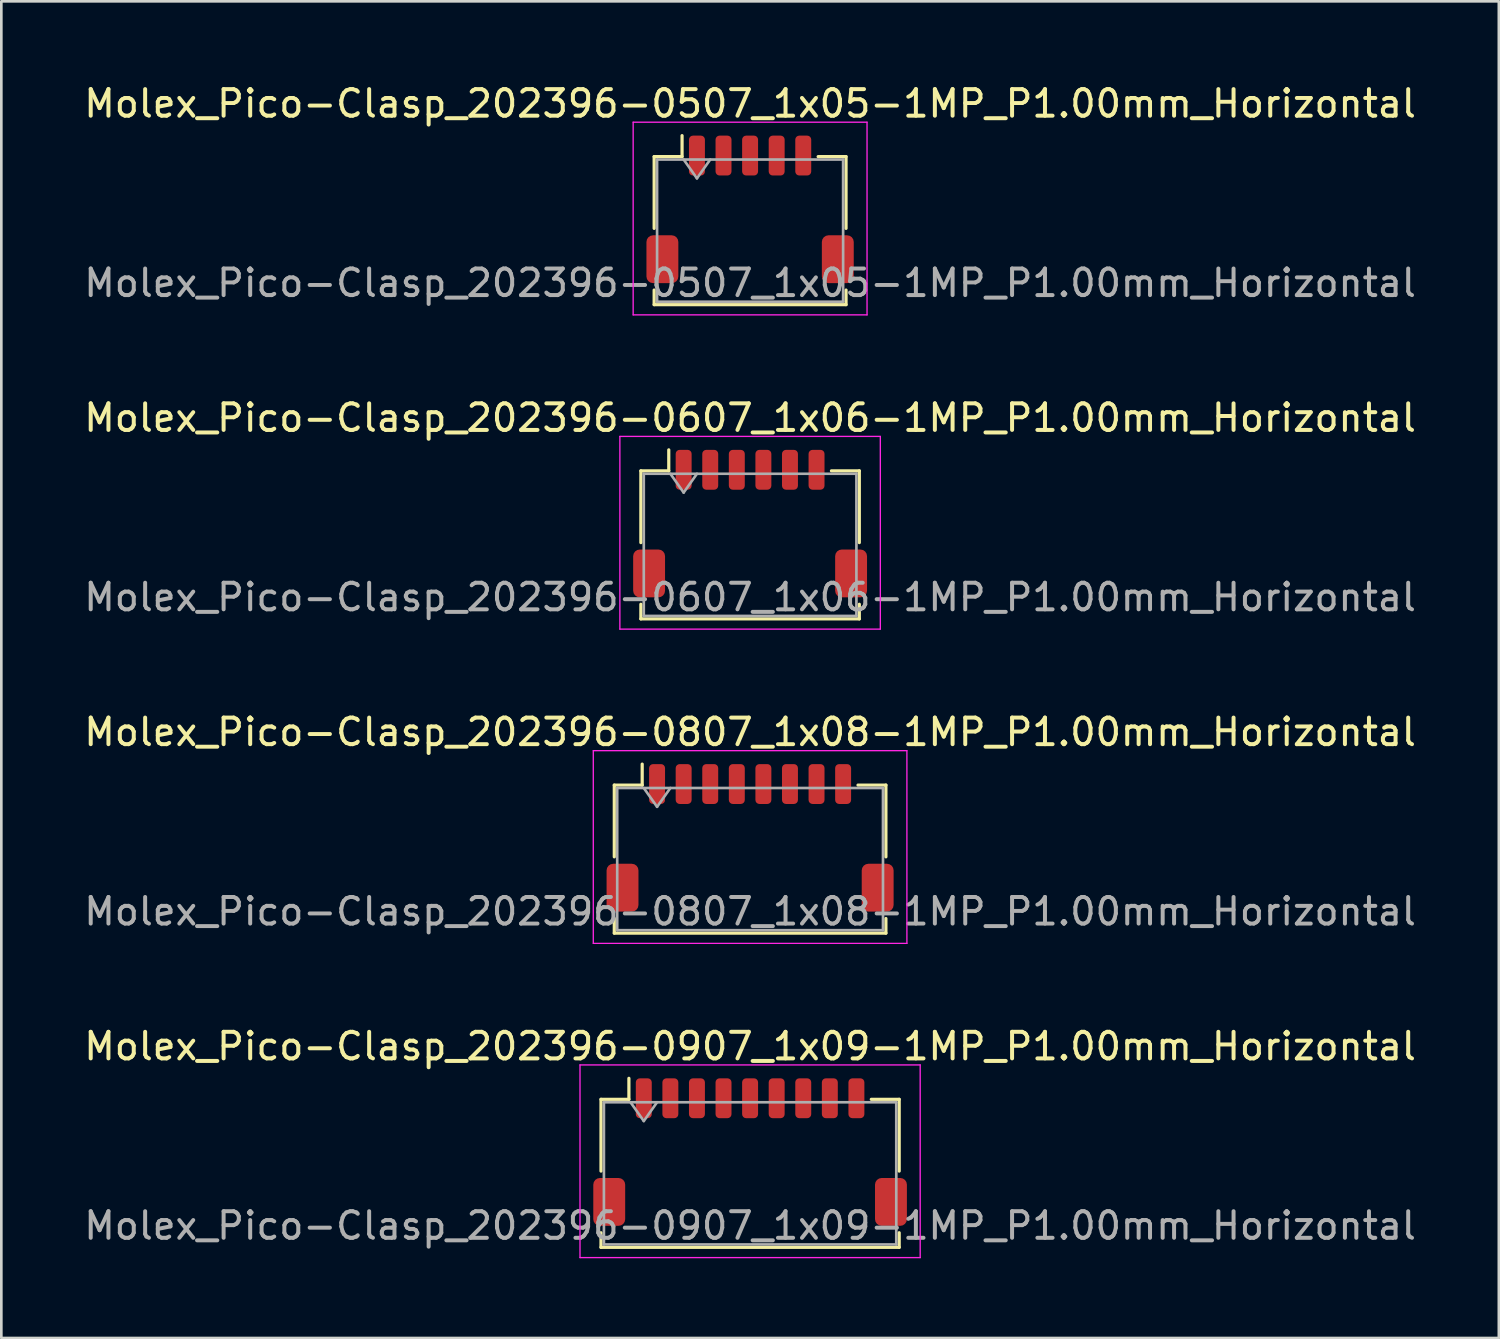
<source format=kicad_pcb>
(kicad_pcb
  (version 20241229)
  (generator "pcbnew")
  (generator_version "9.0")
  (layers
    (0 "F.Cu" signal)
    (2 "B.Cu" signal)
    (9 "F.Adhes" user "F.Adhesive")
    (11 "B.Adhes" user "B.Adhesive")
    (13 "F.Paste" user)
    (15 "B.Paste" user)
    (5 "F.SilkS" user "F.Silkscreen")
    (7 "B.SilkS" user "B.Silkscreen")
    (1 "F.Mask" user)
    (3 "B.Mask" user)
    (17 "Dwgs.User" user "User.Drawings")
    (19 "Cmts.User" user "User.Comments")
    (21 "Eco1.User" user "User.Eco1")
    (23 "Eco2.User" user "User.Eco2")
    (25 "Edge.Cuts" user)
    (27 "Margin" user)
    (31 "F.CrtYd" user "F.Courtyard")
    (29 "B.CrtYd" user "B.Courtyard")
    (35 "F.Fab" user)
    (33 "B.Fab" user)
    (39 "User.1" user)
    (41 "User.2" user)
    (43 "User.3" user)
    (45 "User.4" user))
  (footprint "Molex_Pico-Clasp_202396-0807_1x08-1MP_P1.00mm_Horizontal"
    (layer "F.Cu")
    (at 25.173 28.475)
    (property "Reference" "Molex_Pico-Clasp_202396-0807_1x08-1MP_P1.00mm_Horizontal" (at 0 -3.98 0) (layer "F.SilkS") (effects (font (size 1 1) (thickness 0.15))))
    (attr smd)
    (fp_line (start -5.11 -1.985) (end -4.06 -1.985) (stroke (width 0.12) (type solid)) (layer "F.SilkS"))
    (fp_line (start -5.11 0.715) (end -5.11 -1.985) (stroke (width 0.12) (type solid)) (layer "F.SilkS"))
    (fp_line (start -5.11 3.035) (end -5.11 3.585) (stroke (width 0.12) (type solid)) (layer "F.SilkS"))
    (fp_line (start -5.11 3.585) (end 5.11 3.585) (stroke (width 0.12) (type solid)) (layer "F.SilkS"))
    (fp_line (start -4.06 -1.985) (end -4.06 -2.775) (stroke (width 0.12) (type solid)) (layer "F.SilkS"))
    (fp_line (start 5.11 -1.985) (end 4.06 -1.985) (stroke (width 0.12) (type solid)) (layer "F.SilkS"))
    (fp_line (start 5.11 0.715) (end 5.11 -1.985) (stroke (width 0.12) (type solid)) (layer "F.SilkS"))
    (fp_line (start 5.11 3.585) (end 5.11 3.035) (stroke (width 0.12) (type solid)) (layer "F.SilkS"))
    (fp_line (start -5.9 -3.28) (end -5.9 3.97) (stroke (width 0.05) (type solid)) (layer "F.CrtYd"))
    (fp_line (start -5.9 3.97) (end 5.9 3.97) (stroke (width 0.05) (type solid)) (layer "F.CrtYd"))
    (fp_line (start 5.9 -3.28) (end -5.9 -3.28) (stroke (width 0.05) (type solid)) (layer "F.CrtYd"))
    (fp_line (start 5.9 3.97) (end 5.9 -3.28) (stroke (width 0.05) (type solid)) (layer "F.CrtYd"))
    (fp_line (start -5 -1.875) (end -5 3.475) (stroke (width 0.1) (type solid)) (layer "F.Fab"))
    (fp_line (start -5 -1.875) (end 5 -1.875) (stroke (width 0.1) (type solid)) (layer "F.Fab"))
    (fp_line (start -5 3.475) (end 5 3.475) (stroke (width 0.1) (type solid)) (layer "F.Fab"))
    (fp_line (start -4 -1.875) (end -3.5 -1.168) (stroke (width 0.1) (type solid)) (layer "F.Fab"))
    (fp_line (start -3.5 -1.168) (end -3 -1.875) (stroke (width 0.1) (type solid)) (layer "F.Fab"))
    (fp_line (start 5 -1.875) (end 5 3.475) (stroke (width 0.1) (type solid)) (layer "F.Fab"))
    (fp_text user "${REFERENCE}" (at 0 2.77 0) (layer "F.Fab") (effects (font (size 1 1) (thickness 0.15))))
    (pad "1" smd roundrect (at -3.5 -2.025) (size 0.6 1.5) (layers "F.Cu" "F.Mask" "F.Paste") (roundrect_rratio 0.25))
    (pad "2" smd roundrect (at -2.5 -2.025) (size 0.6 1.5) (layers "F.Cu" "F.Mask" "F.Paste") (roundrect_rratio 0.25))
    (pad "3" smd roundrect (at -1.5 -2.025) (size 0.6 1.5) (layers "F.Cu" "F.Mask" "F.Paste") (roundrect_rratio 0.25))
    (pad "4" smd roundrect (at -0.5 -2.025) (size 0.6 1.5) (layers "F.Cu" "F.Mask" "F.Paste") (roundrect_rratio 0.25))
    (pad "5" smd roundrect (at 0.5 -2.025) (size 0.6 1.5) (layers "F.Cu" "F.Mask" "F.Paste") (roundrect_rratio 0.25))
    (pad "6" smd roundrect (at 1.5 -2.025) (size 0.6 1.5) (layers "F.Cu" "F.Mask" "F.Paste") (roundrect_rratio 0.25))
    (pad "7" smd roundrect (at 2.5 -2.025) (size 0.6 1.5) (layers "F.Cu" "F.Mask" "F.Paste") (roundrect_rratio 0.25))
    (pad "8" smd roundrect (at 3.5 -2.025) (size 0.6 1.5) (layers "F.Cu" "F.Mask" "F.Paste") (roundrect_rratio 0.25))
    (pad "MP" smd roundrect (at -4.8 1.875) (size 1.2 1.8) (layers "F.Cu" "F.Mask" "F.Paste") (roundrect_rratio 0.208))
    (pad "MP" smd roundrect (at 4.8 1.875) (size 1.2 1.8) (layers "F.Cu" "F.Mask" "F.Paste") (roundrect_rratio 0.208)))
  (footprint "Molex_Pico-Clasp_202396-0907_1x09-1MP_P1.00mm_Horizontal"
    (layer "F.Cu")
    (at 25.173 40.298)
    (property "Reference" "Molex_Pico-Clasp_202396-0907_1x09-1MP_P1.00mm_Horizontal" (at 0 -3.98 0) (layer "F.SilkS") (effects (font (size 1 1) (thickness 0.15))))
    (attr smd)
    (fp_line (start -5.61 -1.985) (end -4.56 -1.985) (stroke (width 0.12) (type solid)) (layer "F.SilkS"))
    (fp_line (start -5.61 0.715) (end -5.61 -1.985) (stroke (width 0.12) (type solid)) (layer "F.SilkS"))
    (fp_line (start -5.61 3.035) (end -5.61 3.585) (stroke (width 0.12) (type solid)) (layer "F.SilkS"))
    (fp_line (start -5.61 3.585) (end 5.61 3.585) (stroke (width 0.12) (type solid)) (layer "F.SilkS"))
    (fp_line (start -4.56 -1.985) (end -4.56 -2.775) (stroke (width 0.12) (type solid)) (layer "F.SilkS"))
    (fp_line (start 5.61 -1.985) (end 4.56 -1.985) (stroke (width 0.12) (type solid)) (layer "F.SilkS"))
    (fp_line (start 5.61 0.715) (end 5.61 -1.985) (stroke (width 0.12) (type solid)) (layer "F.SilkS"))
    (fp_line (start 5.61 3.585) (end 5.61 3.035) (stroke (width 0.12) (type solid)) (layer "F.SilkS"))
    (fp_line (start -6.4 -3.28) (end -6.4 3.97) (stroke (width 0.05) (type solid)) (layer "F.CrtYd"))
    (fp_line (start -6.4 3.97) (end 6.4 3.97) (stroke (width 0.05) (type solid)) (layer "F.CrtYd"))
    (fp_line (start 6.4 -3.28) (end -6.4 -3.28) (stroke (width 0.05) (type solid)) (layer "F.CrtYd"))
    (fp_line (start 6.4 3.97) (end 6.4 -3.28) (stroke (width 0.05) (type solid)) (layer "F.CrtYd"))
    (fp_line (start -5.5 -1.875) (end -5.5 3.475) (stroke (width 0.1) (type solid)) (layer "F.Fab"))
    (fp_line (start -5.5 -1.875) (end 5.5 -1.875) (stroke (width 0.1) (type solid)) (layer "F.Fab"))
    (fp_line (start -5.5 3.475) (end 5.5 3.475) (stroke (width 0.1) (type solid)) (layer "F.Fab"))
    (fp_line (start -4.5 -1.875) (end -4 -1.168) (stroke (width 0.1) (type solid)) (layer "F.Fab"))
    (fp_line (start -4 -1.168) (end -3.5 -1.875) (stroke (width 0.1) (type solid)) (layer "F.Fab"))
    (fp_line (start 5.5 -1.875) (end 5.5 3.475) (stroke (width 0.1) (type solid)) (layer "F.Fab"))
    (fp_text user "${REFERENCE}" (at 0 2.77 0) (layer "F.Fab") (effects (font (size 1 1) (thickness 0.15))))
    (pad "1" smd roundrect (at -4 -2.025) (size 0.6 1.5) (layers "F.Cu" "F.Mask" "F.Paste") (roundrect_rratio 0.25))
    (pad "2" smd roundrect (at -3 -2.025) (size 0.6 1.5) (layers "F.Cu" "F.Mask" "F.Paste") (roundrect_rratio 0.25))
    (pad "3" smd roundrect (at -2 -2.025) (size 0.6 1.5) (layers "F.Cu" "F.Mask" "F.Paste") (roundrect_rratio 0.25))
    (pad "4" smd roundrect (at -1 -2.025) (size 0.6 1.5) (layers "F.Cu" "F.Mask" "F.Paste") (roundrect_rratio 0.25))
    (pad "5" smd roundrect (at 0 -2.025) (size 0.6 1.5) (layers "F.Cu" "F.Mask" "F.Paste") (roundrect_rratio 0.25))
    (pad "6" smd roundrect (at 1 -2.025) (size 0.6 1.5) (layers "F.Cu" "F.Mask" "F.Paste") (roundrect_rratio 0.25))
    (pad "7" smd roundrect (at 2 -2.025) (size 0.6 1.5) (layers "F.Cu" "F.Mask" "F.Paste") (roundrect_rratio 0.25))
    (pad "8" smd roundrect (at 3 -2.025) (size 0.6 1.5) (layers "F.Cu" "F.Mask" "F.Paste") (roundrect_rratio 0.25))
    (pad "9" smd roundrect (at 4 -2.025) (size 0.6 1.5) (layers "F.Cu" "F.Mask" "F.Paste") (roundrect_rratio 0.25))
    (pad "MP" smd roundrect (at -5.3 1.875) (size 1.2 1.8) (layers "F.Cu" "F.Mask" "F.Paste") (roundrect_rratio 0.208))
    (pad "MP" smd roundrect (at 5.3 1.875) (size 1.2 1.8) (layers "F.Cu" "F.Mask" "F.Paste") (roundrect_rratio 0.208)))
  (footprint "Molex_Pico-Clasp_202396-0607_1x06-1MP_P1.00mm_Horizontal"
    (layer "F.Cu")
    (at 25.173 16.651)
    (property "Reference" "Molex_Pico-Clasp_202396-0607_1x06-1MP_P1.00mm_Horizontal" (at 0 -3.98 0) (layer "F.SilkS") (effects (font (size 1 1) (thickness 0.15))))
    (attr smd)
    (fp_line (start -4.11 -1.985) (end -3.06 -1.985) (stroke (width 0.12) (type solid)) (layer "F.SilkS"))
    (fp_line (start -4.11 0.715) (end -4.11 -1.985) (stroke (width 0.12) (type solid)) (layer "F.SilkS"))
    (fp_line (start -4.11 3.035) (end -4.11 3.585) (stroke (width 0.12) (type solid)) (layer "F.SilkS"))
    (fp_line (start -4.11 3.585) (end 4.11 3.585) (stroke (width 0.12) (type solid)) (layer "F.SilkS"))
    (fp_line (start -3.06 -1.985) (end -3.06 -2.775) (stroke (width 0.12) (type solid)) (layer "F.SilkS"))
    (fp_line (start 4.11 -1.985) (end 3.06 -1.985) (stroke (width 0.12) (type solid)) (layer "F.SilkS"))
    (fp_line (start 4.11 0.715) (end 4.11 -1.985) (stroke (width 0.12) (type solid)) (layer "F.SilkS"))
    (fp_line (start 4.11 3.585) (end 4.11 3.035) (stroke (width 0.12) (type solid)) (layer "F.SilkS"))
    (fp_line (start -4.9 -3.28) (end -4.9 3.97) (stroke (width 0.05) (type solid)) (layer "F.CrtYd"))
    (fp_line (start -4.9 3.97) (end 4.9 3.97) (stroke (width 0.05) (type solid)) (layer "F.CrtYd"))
    (fp_line (start 4.9 -3.28) (end -4.9 -3.28) (stroke (width 0.05) (type solid)) (layer "F.CrtYd"))
    (fp_line (start 4.9 3.97) (end 4.9 -3.28) (stroke (width 0.05) (type solid)) (layer "F.CrtYd"))
    (fp_line (start -4 -1.875) (end -4 3.475) (stroke (width 0.1) (type solid)) (layer "F.Fab"))
    (fp_line (start -4 -1.875) (end 4 -1.875) (stroke (width 0.1) (type solid)) (layer "F.Fab"))
    (fp_line (start -4 3.475) (end 4 3.475) (stroke (width 0.1) (type solid)) (layer "F.Fab"))
    (fp_line (start -3 -1.875) (end -2.5 -1.168) (stroke (width 0.1) (type solid)) (layer "F.Fab"))
    (fp_line (start -2.5 -1.168) (end -2 -1.875) (stroke (width 0.1) (type solid)) (layer "F.Fab"))
    (fp_line (start 4 -1.875) (end 4 3.475) (stroke (width 0.1) (type solid)) (layer "F.Fab"))
    (fp_text user "${REFERENCE}" (at 0 2.77 0) (layer "F.Fab") (effects (font (size 1 1) (thickness 0.15))))
    (pad "1" smd roundrect (at -2.5 -2.025) (size 0.6 1.5) (layers "F.Cu" "F.Mask" "F.Paste") (roundrect_rratio 0.25))
    (pad "2" smd roundrect (at -1.5 -2.025) (size 0.6 1.5) (layers "F.Cu" "F.Mask" "F.Paste") (roundrect_rratio 0.25))
    (pad "3" smd roundrect (at -0.5 -2.025) (size 0.6 1.5) (layers "F.Cu" "F.Mask" "F.Paste") (roundrect_rratio 0.25))
    (pad "4" smd roundrect (at 0.5 -2.025) (size 0.6 1.5) (layers "F.Cu" "F.Mask" "F.Paste") (roundrect_rratio 0.25))
    (pad "5" smd roundrect (at 1.5 -2.025) (size 0.6 1.5) (layers "F.Cu" "F.Mask" "F.Paste") (roundrect_rratio 0.25))
    (pad "6" smd roundrect (at 2.5 -2.025) (size 0.6 1.5) (layers "F.Cu" "F.Mask" "F.Paste") (roundrect_rratio 0.25))
    (pad "MP" smd roundrect (at -3.8 1.875) (size 1.2 1.8) (layers "F.Cu" "F.Mask" "F.Paste") (roundrect_rratio 0.208))
    (pad "MP" smd roundrect (at 3.8 1.875) (size 1.2 1.8) (layers "F.Cu" "F.Mask" "F.Paste") (roundrect_rratio 0.208)))
  (footprint "Molex_Pico-Clasp_202396-0507_1x05-1MP_P1.00mm_Horizontal"
    (layer "F.Cu")
    (at 25.173 4.828)
    (property "Reference" "Molex_Pico-Clasp_202396-0507_1x05-1MP_P1.00mm_Horizontal" (at 0 -3.98 0) (layer "F.SilkS") (effects (font (size 1 1) (thickness 0.15))))
    (attr smd)
    (fp_line (start -3.61 -1.985) (end -2.56 -1.985) (stroke (width 0.12) (type solid)) (layer "F.SilkS"))
    (fp_line (start -3.61 0.715) (end -3.61 -1.985) (stroke (width 0.12) (type solid)) (layer "F.SilkS"))
    (fp_line (start -3.61 3.035) (end -3.61 3.585) (stroke (width 0.12) (type solid)) (layer "F.SilkS"))
    (fp_line (start -3.61 3.585) (end 3.61 3.585) (stroke (width 0.12) (type solid)) (layer "F.SilkS"))
    (fp_line (start -2.56 -1.985) (end -2.56 -2.775) (stroke (width 0.12) (type solid)) (layer "F.SilkS"))
    (fp_line (start 3.61 -1.985) (end 2.56 -1.985) (stroke (width 0.12) (type solid)) (layer "F.SilkS"))
    (fp_line (start 3.61 0.715) (end 3.61 -1.985) (stroke (width 0.12) (type solid)) (layer "F.SilkS"))
    (fp_line (start 3.61 3.585) (end 3.61 3.035) (stroke (width 0.12) (type solid)) (layer "F.SilkS"))
    (fp_line (start -4.4 -3.28) (end -4.4 3.97) (stroke (width 0.05) (type solid)) (layer "F.CrtYd"))
    (fp_line (start -4.4 3.97) (end 4.4 3.97) (stroke (width 0.05) (type solid)) (layer "F.CrtYd"))
    (fp_line (start 4.4 -3.28) (end -4.4 -3.28) (stroke (width 0.05) (type solid)) (layer "F.CrtYd"))
    (fp_line (start 4.4 3.97) (end 4.4 -3.28) (stroke (width 0.05) (type solid)) (layer "F.CrtYd"))
    (fp_line (start -3.5 -1.875) (end -3.5 3.475) (stroke (width 0.1) (type solid)) (layer "F.Fab"))
    (fp_line (start -3.5 -1.875) (end 3.5 -1.875) (stroke (width 0.1) (type solid)) (layer "F.Fab"))
    (fp_line (start -3.5 3.475) (end 3.5 3.475) (stroke (width 0.1) (type solid)) (layer "F.Fab"))
    (fp_line (start -2.5 -1.875) (end -2 -1.168) (stroke (width 0.1) (type solid)) (layer "F.Fab"))
    (fp_line (start -2 -1.168) (end -1.5 -1.875) (stroke (width 0.1) (type solid)) (layer "F.Fab"))
    (fp_line (start 3.5 -1.875) (end 3.5 3.475) (stroke (width 0.1) (type solid)) (layer "F.Fab"))
    (fp_text user "${REFERENCE}" (at 0 2.77 0) (layer "F.Fab") (effects (font (size 1 1) (thickness 0.15))))
    (pad "1" smd roundrect (at -2 -2.025) (size 0.6 1.5) (layers "F.Cu" "F.Mask" "F.Paste") (roundrect_rratio 0.25))
    (pad "2" smd roundrect (at -1 -2.025) (size 0.6 1.5) (layers "F.Cu" "F.Mask" "F.Paste") (roundrect_rratio 0.25))
    (pad "3" smd roundrect (at 0 -2.025) (size 0.6 1.5) (layers "F.Cu" "F.Mask" "F.Paste") (roundrect_rratio 0.25))
    (pad "4" smd roundrect (at 1 -2.025) (size 0.6 1.5) (layers "F.Cu" "F.Mask" "F.Paste") (roundrect_rratio 0.25))
    (pad "5" smd roundrect (at 2 -2.025) (size 0.6 1.5) (layers "F.Cu" "F.Mask" "F.Paste") (roundrect_rratio 0.25))
    (pad "MP" smd roundrect (at -3.3 1.875) (size 1.2 1.8) (layers "F.Cu" "F.Mask" "F.Paste") (roundrect_rratio 0.208))
    (pad "MP" smd roundrect (at 3.3 1.875) (size 1.2 1.8) (layers "F.Cu" "F.Mask" "F.Paste") (roundrect_rratio 0.208)))
  (gr_rect
    (start -3 -3)
    (end 53.345 47.293)
    (stroke (width 0.1) (type default))
    (fill no)
    (layer "Edge.Cuts")))
</source>
